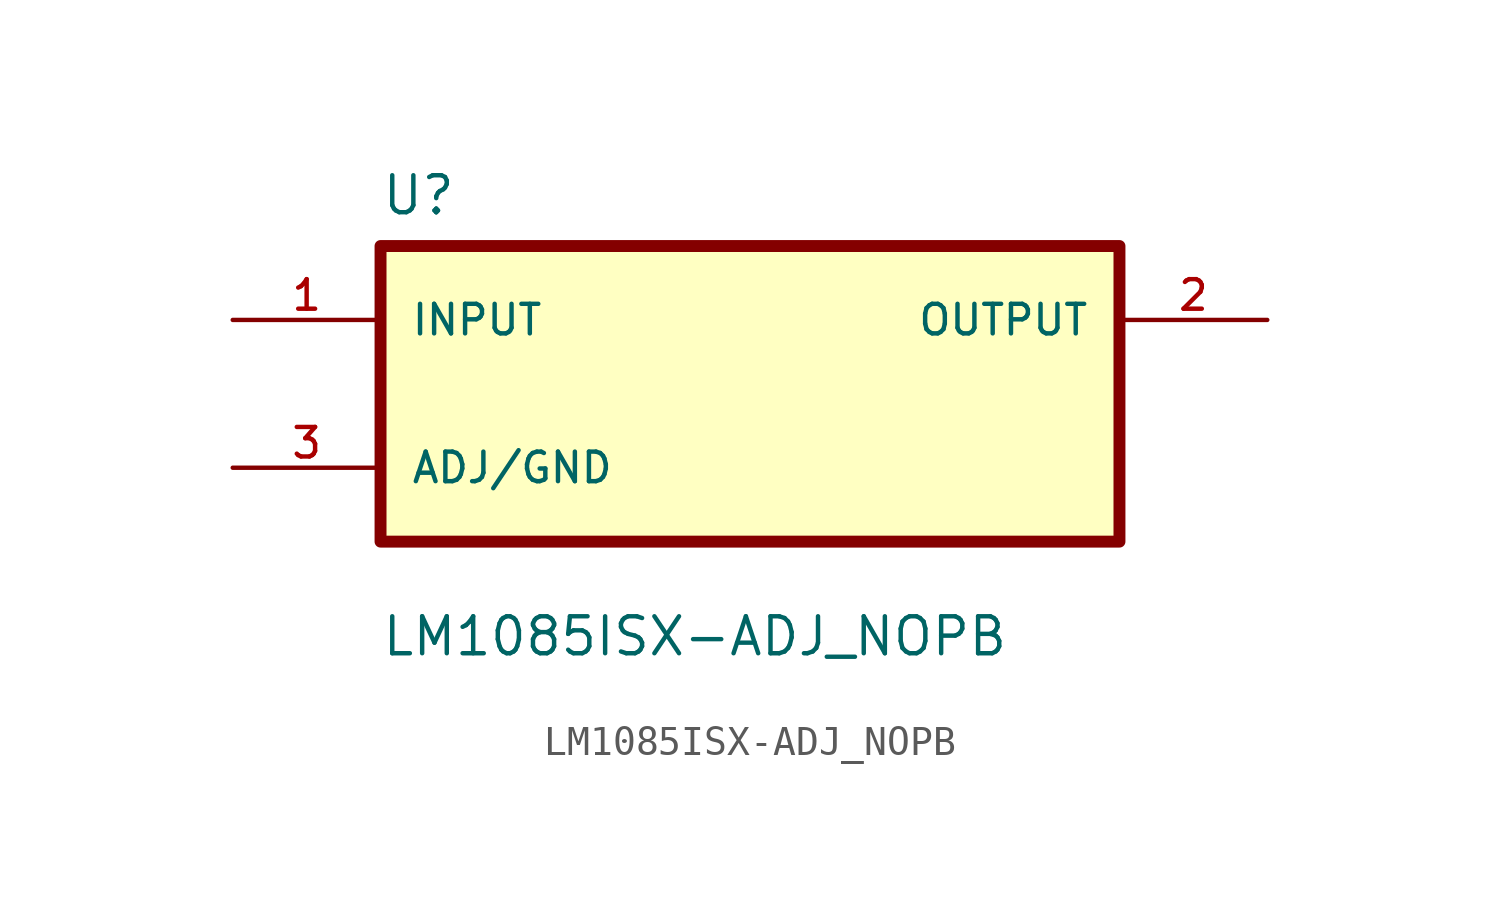
<source format=kicad_sym>
(kicad_symbol_lib
  (version 20211014)
  (generator kicad_symbol_editor)
  (symbol "LM1085ISX-ADJ_NOPB"
    (pin_names
      (offset 1.016))
    (property "Reference" "U"
      (at -12.7 6.08 0.0)
      (effects (font (size 1.27 1.27)) (justify bottom left)))
    (property "Value" "LM1085ISX-ADJ_NOPB"
      (at -12.7 -9.08 0.0)
      (effects (font (size 1.27 1.27)) (justify bottom left)))
    (symbol "LM1085ISX-ADJ_NOPB_0_0"
      (rectangle (start -12.7 -5.08) (end 12.7 5.08) (stroke (width 0.41)) (fill (type background)))
      (pin input line (at -17.78 2.54 0) (length 5.08) (name "INPUT" (effects (font (size 1.016 1.016)))) (number "1" (effects (font (size 1.016 1.016)))))
      (pin bidirectional line (at -17.78 -2.54 0) (length 5.08) (name "ADJ/GND" (effects (font (size 1.016 1.016)))) (number "3" (effects (font (size 1.016 1.016)))))
      (pin output line (at 17.78 2.54 180.0) (length 5.08) (name "OUTPUT" (effects (font (size 1.016 1.016)))) (number "2" (effects (font (size 1.016 1.016))))))))
</source>
